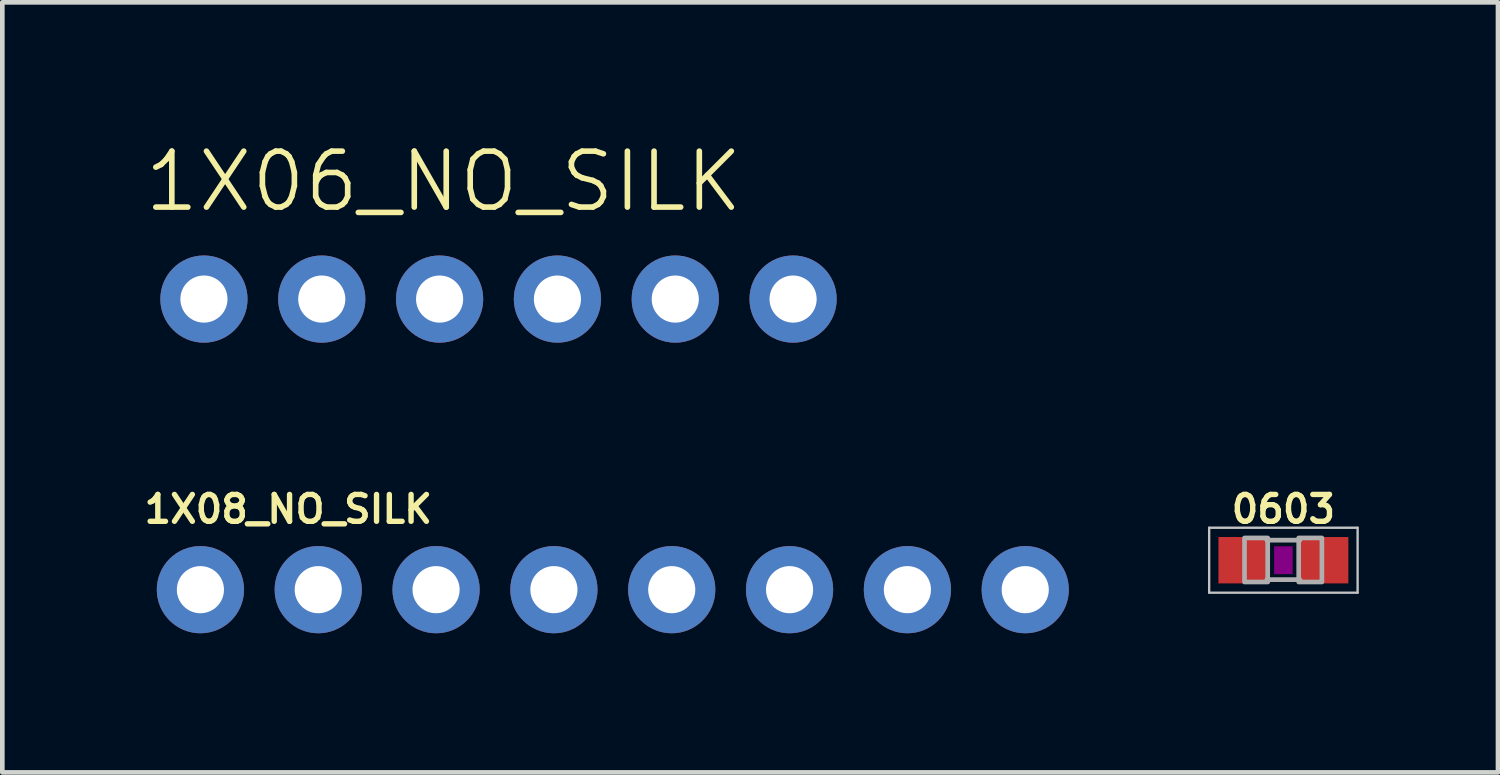
<source format=kicad_pcb>
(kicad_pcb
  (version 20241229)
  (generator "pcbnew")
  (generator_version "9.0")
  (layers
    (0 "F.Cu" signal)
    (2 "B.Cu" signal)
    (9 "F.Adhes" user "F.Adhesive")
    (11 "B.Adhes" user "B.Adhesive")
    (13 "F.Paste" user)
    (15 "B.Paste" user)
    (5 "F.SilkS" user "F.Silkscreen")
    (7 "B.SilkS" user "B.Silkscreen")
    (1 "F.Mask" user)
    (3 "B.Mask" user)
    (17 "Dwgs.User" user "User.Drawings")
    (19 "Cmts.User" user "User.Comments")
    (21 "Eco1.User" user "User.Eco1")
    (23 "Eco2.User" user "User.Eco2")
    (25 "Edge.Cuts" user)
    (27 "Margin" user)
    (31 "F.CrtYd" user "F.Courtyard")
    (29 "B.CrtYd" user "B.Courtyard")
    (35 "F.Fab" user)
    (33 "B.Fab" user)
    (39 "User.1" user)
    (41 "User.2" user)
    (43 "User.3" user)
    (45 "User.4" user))
  (footprint "1X08_NO_SILK"
    (layer "F.Cu")
    (at 1.27 9.661)
    (property "Reference" "1X08_NO_SILK" (at -1.27 -1.397 180) (layer "F.SilkS") (effects (font (size 0.579 0.579) (thickness 0.116)) (justify left bottom)))
    (attr through_hole)
    (fp_poly (pts (xy -0.254 0.254) (xy 0.254 0.254) (xy 0.254 -0.254) (xy -0.254 -0.254)) (stroke (width 0.1) (type solid)) (fill no) (layer "F.Fab"))
    (fp_poly (pts (xy 2.286 0.254) (xy 2.794 0.254) (xy 2.794 -0.254) (xy 2.286 -0.254)) (stroke (width 0.1) (type solid)) (fill no) (layer "F.Fab"))
    (fp_poly (pts (xy 4.826 0.254) (xy 5.334 0.254) (xy 5.334 -0.254) (xy 4.826 -0.254)) (stroke (width 0.1) (type solid)) (fill no) (layer "F.Fab"))
    (fp_poly (pts (xy 7.366 0.254) (xy 7.874 0.254) (xy 7.874 -0.254) (xy 7.366 -0.254)) (stroke (width 0.1) (type solid)) (fill no) (layer "F.Fab"))
    (fp_poly (pts (xy 9.906 0.254) (xy 10.414 0.254) (xy 10.414 -0.254) (xy 9.906 -0.254)) (stroke (width 0.1) (type solid)) (fill no) (layer "F.Fab"))
    (fp_poly (pts (xy 12.446 0.254) (xy 12.954 0.254) (xy 12.954 -0.254) (xy 12.446 -0.254)) (stroke (width 0.1) (type solid)) (fill no) (layer "F.Fab"))
    (fp_poly (pts (xy 14.986 0.254) (xy 15.494 0.254) (xy 15.494 -0.254) (xy 14.986 -0.254)) (stroke (width 0.1) (type solid)) (fill no) (layer "F.Fab"))
    (fp_poly (pts (xy 17.526 0.254) (xy 18.034 0.254) (xy 18.034 -0.254) (xy 17.526 -0.254)) (stroke (width 0.1) (type solid)) (fill no) (layer "F.Fab"))
    (pad "1" thru_hole circle (at 0 0 90) (size 1.88 1.88) (drill 1.016) (layers "*.Cu" "*.Mask"))
    (pad "2" thru_hole circle (at 2.54 0 90) (size 1.88 1.88) (drill 1.016) (layers "*.Cu" "*.Mask"))
    (pad "3" thru_hole circle (at 5.08 0 90) (size 1.88 1.88) (drill 1.016) (layers "*.Cu" "*.Mask"))
    (pad "4" thru_hole circle (at 7.62 0 90) (size 1.88 1.88) (drill 1.016) (layers "*.Cu" "*.Mask"))
    (pad "5" thru_hole circle (at 10.16 0 90) (size 1.88 1.88) (drill 1.016) (layers "*.Cu" "*.Mask"))
    (pad "6" thru_hole circle (at 12.7 0 90) (size 1.88 1.88) (drill 1.016) (layers "*.Cu" "*.Mask"))
    (pad "7" thru_hole circle (at 15.24 0 90) (size 1.88 1.88) (drill 1.016) (layers "*.Cu" "*.Mask"))
    (pad "8" thru_hole circle (at 17.78 0 90) (size 1.88 1.88) (drill 1.016) (layers "*.Cu" "*.Mask")))
  (footprint "1X06_NO_SILK"
    (layer "F.Cu")
    (at 1.346 3.397)
    (property "Reference" "1X06_NO_SILK" (at -1.346 -1.829 0) (layer "F.SilkS") (effects (font (size 1.206 1.206) (thickness 0.121)) (justify left bottom)))
    (attr through_hole)
    (fp_poly (pts (xy -0.254 0.254) (xy 0.254 0.254) (xy 0.254 -0.254) (xy -0.254 -0.254)) (stroke (width 0.1) (type solid)) (fill no) (layer "F.Fab"))
    (fp_poly (pts (xy 2.286 0.254) (xy 2.794 0.254) (xy 2.794 -0.254) (xy 2.286 -0.254)) (stroke (width 0.1) (type solid)) (fill no) (layer "F.Fab"))
    (fp_poly (pts (xy 4.826 0.254) (xy 5.334 0.254) (xy 5.334 -0.254) (xy 4.826 -0.254)) (stroke (width 0.1) (type solid)) (fill no) (layer "F.Fab"))
    (fp_poly (pts (xy 7.366 0.254) (xy 7.874 0.254) (xy 7.874 -0.254) (xy 7.366 -0.254)) (stroke (width 0.1) (type solid)) (fill no) (layer "F.Fab"))
    (fp_poly (pts (xy 9.906 0.254) (xy 10.414 0.254) (xy 10.414 -0.254) (xy 9.906 -0.254)) (stroke (width 0.1) (type solid)) (fill no) (layer "F.Fab"))
    (fp_poly (pts (xy 12.446 0.254) (xy 12.954 0.254) (xy 12.954 -0.254) (xy 12.446 -0.254)) (stroke (width 0.1) (type solid)) (fill no) (layer "F.Fab"))
    (pad "1" thru_hole circle (at 0 0 90) (size 1.88 1.88) (drill 1.016) (layers "*.Cu" "*.Mask"))
    (pad "2" thru_hole circle (at 2.54 0 90) (size 1.88 1.88) (drill 1.016) (layers "*.Cu" "*.Mask"))
    (pad "3" thru_hole circle (at 5.08 0 90) (size 1.88 1.88) (drill 1.016) (layers "*.Cu" "*.Mask"))
    (pad "4" thru_hole circle (at 7.62 0 90) (size 1.88 1.88) (drill 1.016) (layers "*.Cu" "*.Mask"))
    (pad "5" thru_hole circle (at 10.16 0 90) (size 1.88 1.88) (drill 1.016) (layers "*.Cu" "*.Mask"))
    (pad "6" thru_hole circle (at 12.7 0 90) (size 1.88 1.88) (drill 1.016) (layers "*.Cu" "*.Mask")))
  (footprint "0603"
    (layer "F.Cu")
    (at 24.615 9.026)
    (property "Reference" "0603" (at 0 -0.762 180) (layer "F.SilkS") (effects (font (size 0.579 0.579) (thickness 0.116)) (justify bottom)))
    (attr through_hole)
    (fp_poly (pts (xy -0.2 0.3) (xy 0.2 0.3) (xy 0.2 -0.3) (xy -0.2 -0.3)) (stroke (width 0) (type solid)) (fill yes) (layer "F.Adhes"))
    (fp_line (start -1.6 -0.7) (end 1.6 -0.7) (stroke (width 0.051) (type solid)) (layer "Dwgs.User"))
    (fp_line (start -1.6 0.7) (end -1.6 -0.7) (stroke (width 0.051) (type solid)) (layer "Dwgs.User"))
    (fp_line (start 1.6 -0.7) (end 1.6 0.7) (stroke (width 0.051) (type solid)) (layer "Dwgs.User"))
    (fp_line (start 1.6 0.7) (end -1.6 0.7) (stroke (width 0.051) (type solid)) (layer "Dwgs.User"))
    (fp_line (start -0.356 -0.432) (end 0.356 -0.432) (stroke (width 0.102) (type solid)) (layer "F.Fab"))
    (fp_line (start -0.356 0.419) (end 0.356 0.419) (stroke (width 0.102) (type solid)) (layer "F.Fab"))
    (fp_poly (pts (xy -0.838 0.47) (xy -0.338 0.47) (xy -0.338 -0.48) (xy -0.838 -0.48)) (stroke (width 0.1) (type solid)) (fill no) (layer "F.Fab"))
    (fp_poly (pts (xy 0.33 0.47) (xy 0.83 0.47) (xy 0.83 -0.48) (xy 0.33 -0.48)) (stroke (width 0.1) (type solid)) (fill no) (layer "F.Fab"))
    (pad "1" smd rect (at -0.85 0) (size 1.1 1) (layers "F.Cu" "F.Mask" "F.Paste"))
    (pad "2" smd rect (at 0.85 0) (size 1.1 1) (layers "F.Cu" "F.Mask" "F.Paste")))
  (gr_rect
    (start -3 -3)
    (end 29.241 13.6)
    (stroke (width 0.1) (type default))
    (fill no)
    (layer "Edge.Cuts")))
</source>
